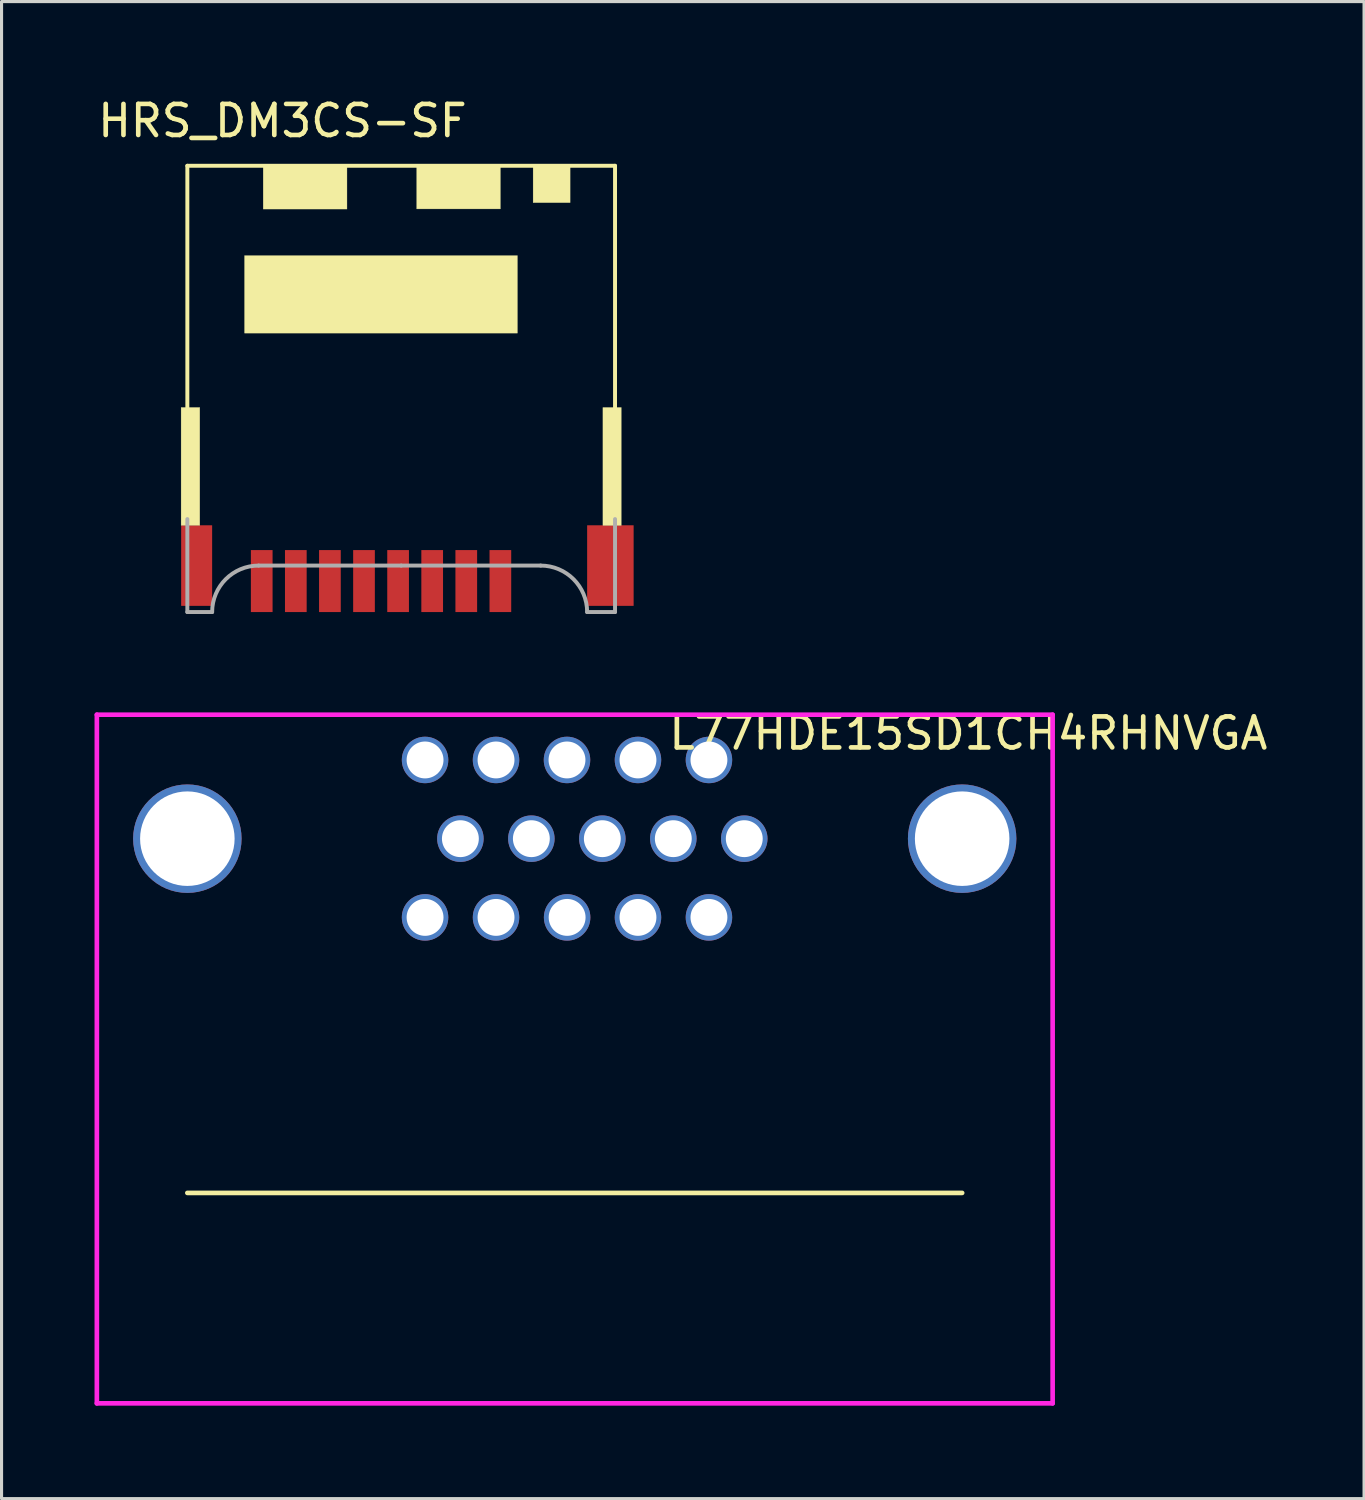
<source format=kicad_pcb>
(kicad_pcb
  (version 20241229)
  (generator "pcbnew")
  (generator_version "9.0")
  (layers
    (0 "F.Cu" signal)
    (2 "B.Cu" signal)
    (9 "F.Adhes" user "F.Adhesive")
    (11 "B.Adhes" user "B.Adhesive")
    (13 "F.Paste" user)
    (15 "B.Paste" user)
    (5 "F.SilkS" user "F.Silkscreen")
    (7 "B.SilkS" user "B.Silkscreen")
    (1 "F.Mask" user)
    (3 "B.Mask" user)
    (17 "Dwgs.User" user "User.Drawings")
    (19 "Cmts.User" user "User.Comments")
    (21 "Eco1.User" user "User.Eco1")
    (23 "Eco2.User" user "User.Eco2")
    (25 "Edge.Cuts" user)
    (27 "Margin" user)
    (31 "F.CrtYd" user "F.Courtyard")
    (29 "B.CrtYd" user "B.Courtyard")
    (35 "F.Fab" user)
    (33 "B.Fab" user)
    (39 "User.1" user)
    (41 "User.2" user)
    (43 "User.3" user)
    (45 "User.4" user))
  (footprint "HRS_DM3CS-SF"
    (layer "F.Cu")
    (at 9.895 9.499)
    (property "Reference" "HRS_DM3CS-SF" (at -3.832 -8.65 0) (layer "F.SilkS") (effects (font (size 1.002 1.002) (thickness 0.15))))
    (attr smd)
    (fp_line (start -6.9 -7.2) (end 6.9 -7.2) (stroke (width 0.127) (type solid)) (layer "F.SilkS"))
    (fp_line (start -6.9 4.2) (end -6.9 -7.2) (stroke (width 0.127) (type solid)) (layer "F.SilkS"))
    (fp_line (start 6.9 -7.2) (end 6.9 4.2) (stroke (width 0.127) (type solid)) (layer "F.SilkS"))
    (fp_poly (pts (xy -7.101 0.6) (xy -6.5 0.6) (xy -6.5 4.4) (xy -7.101 4.4)) (stroke (width 0.01) (type solid)) (fill yes) (layer "F.SilkS"))
    (fp_poly (pts (xy -5.054 -4.3) (xy 3.75 -4.3) (xy 3.75 -1.801) (xy -5.054 -1.801)) (stroke (width 0.01) (type solid)) (fill yes) (layer "F.SilkS"))
    (fp_poly (pts (xy -4.452 -7.2) (xy -1.75 -7.2) (xy -1.75 -5.803) (xy -4.452 -5.803)) (stroke (width 0.01) (type solid)) (fill yes) (layer "F.SilkS"))
    (fp_poly (pts (xy 0.501 -7.2) (xy 3.2 -7.2) (xy 3.2 -5.809) (xy 0.501 -5.809)) (stroke (width 0.01) (type solid)) (fill yes) (layer "F.SilkS"))
    (fp_poly (pts (xy 4.257 -7.2) (xy 5.45 -7.2) (xy 5.45 -6.011) (xy 4.257 -6.011)) (stroke (width 0.01) (type solid)) (fill yes) (layer "F.SilkS"))
    (fp_poly (pts (xy 6.509 0.6) (xy 7.1 0.6) (xy 7.1 4.406) (xy 6.509 4.406)) (stroke (width 0.01) (type solid)) (fill yes) (layer "F.SilkS"))
    (fp_line (start -6.9 7.2) (end -6.9 4.2) (stroke (width 0.127) (type solid)) (layer "F.Fab"))
    (fp_line (start -6.1 7.2) (end -6.9 7.2) (stroke (width 0.127) (type solid)) (layer "F.Fab"))
    (fp_line (start 0 5.7) (end -4.6 5.7) (stroke (width 0.127) (type solid)) (layer "F.Fab"))
    (fp_line (start 4.5 5.7) (end 0 5.7) (stroke (width 0.127) (type solid)) (layer "F.Fab"))
    (fp_line (start 6.9 4.2) (end 6.9 7.2) (stroke (width 0.127) (type solid)) (layer "F.Fab"))
    (fp_line (start 6.9 7.2) (end 6 7.2) (stroke (width 0.127) (type solid)) (layer "F.Fab"))
    (fp_arc (start -6.1 7.2) (mid -5.66066 6.13934) (end -4.6 5.7) (stroke (width 0.127) (type solid)) (layer "F.Fab"))
    (fp_arc (start 4.5 5.7) (mid 5.56066 6.13934) (end 6 7.2) (stroke (width 0.127) (type solid)) (layer "F.Fab"))
    (pad "1" smd rect (at 3.2 6.2) (size 0.7 2) (layers "F.Cu" "F.Mask" "F.Paste"))
    (pad "2" smd rect (at 2.1 6.2) (size 0.7 2) (layers "F.Cu" "F.Mask" "F.Paste"))
    (pad "3" smd rect (at 1 6.2) (size 0.7 2) (layers "F.Cu" "F.Mask" "F.Paste"))
    (pad "4" smd rect (at -0.1 6.2) (size 0.7 2) (layers "F.Cu" "F.Mask" "F.Paste"))
    (pad "5" smd rect (at -1.2 6.2) (size 0.7 2) (layers "F.Cu" "F.Mask" "F.Paste"))
    (pad "6" smd rect (at -2.3 6.2) (size 0.7 2) (layers "F.Cu" "F.Mask" "F.Paste"))
    (pad "7" smd rect (at -3.4 6.2) (size 0.7 2) (layers "F.Cu" "F.Mask" "F.Paste"))
    (pad "8" smd rect (at -4.5 6.2) (size 0.7 2) (layers "F.Cu" "F.Mask" "F.Paste"))
    (pad "PAD" smd rect (at 6.75 5.7) (size 1.5 2.6) (layers "F.Cu" "F.Mask" "F.Paste"))
    (pad "PAD." smd rect (at -6.6 5.7) (size 1 2.6) (layers "F.Cu" "F.Mask" "F.Paste")))
  (footprint "L77HDE15SD1CH4RHNVGA"
    (layer "F.Cu")
    (at 2.995 24.011)
    (property "Reference" "L77HDE15SD1CH4RHNVGA" (at 25.2 -3.4 0) (layer "F.SilkS") (effects (font (size 1 1) (thickness 0.15))))
    (attr through_hole)
    (fp_line (start 0 11.43) (end 25 11.43) (stroke (width 0.15) (type solid)) (layer "F.SilkS"))
    (fp_line (start -2.92 -4) (end -2.92 18.22) (stroke (width 0.15) (type solid)) (layer "F.CrtYd"))
    (fp_line (start -2.92 -4) (end 27.92 -4) (stroke (width 0.15) (type solid)) (layer "F.CrtYd"))
    (fp_line (start -2.92 18.22) (end 27.92 18.22) (stroke (width 0.15) (type solid)) (layer "F.CrtYd"))
    (fp_line (start 27.92 -4) (end 27.92 18.22) (stroke (width 0.15) (type solid)) (layer "F.CrtYd"))
    (pad "0" thru_hole circle (at 0 0) (size 3.5 3.5) (drill 3.05) (layers "*.Cu" "*.Mask"))
    (pad "0" thru_hole circle (at 25 0) (size 3.5 3.5) (drill 3.05) (layers "*.Cu" "*.Mask"))
    (pad "1" thru_hole circle (at 16.83 -2.54) (size 1.5 1.5) (drill 1.19) (layers "*.Cu" "*.Mask"))
    (pad "2" thru_hole circle (at 14.54 -2.54) (size 1.5 1.5) (drill 1.19) (layers "*.Cu" "*.Mask"))
    (pad "3" thru_hole circle (at 12.25 -2.54) (size 1.5 1.5) (drill 1.19) (layers "*.Cu" "*.Mask"))
    (pad "4" thru_hole circle (at 9.96 -2.54) (size 1.5 1.5) (drill 1.19) (layers "*.Cu" "*.Mask"))
    (pad "5" thru_hole circle (at 7.67 -2.54) (size 1.5 1.5) (drill 1.19) (layers "*.Cu" "*.Mask"))
    (pad "6" thru_hole circle (at 17.97 0) (size 1.5 1.5) (drill 1.19) (layers "*.Cu" "*.Mask"))
    (pad "7" thru_hole circle (at 15.68 0) (size 1.5 1.5) (drill 1.19) (layers "*.Cu" "*.Mask"))
    (pad "8" thru_hole circle (at 13.39 0) (size 1.5 1.5) (drill 1.19) (layers "*.Cu" "*.Mask"))
    (pad "9" thru_hole circle (at 11.1 0) (size 1.5 1.5) (drill 1.19) (layers "*.Cu" "*.Mask"))
    (pad "10" thru_hole circle (at 8.81 0) (size 1.5 1.5) (drill 1.19) (layers "*.Cu" "*.Mask"))
    (pad "11" thru_hole circle (at 16.83 2.54) (size 1.5 1.5) (drill 1.19) (layers "*.Cu" "*.Mask"))
    (pad "12" thru_hole circle (at 14.54 2.54) (size 1.5 1.5) (drill 1.19) (layers "*.Cu" "*.Mask"))
    (pad "13" thru_hole circle (at 12.254 2.54) (size 1.5 1.5) (drill 1.19) (layers "*.Cu" "*.Mask"))
    (pad "14" thru_hole circle (at 9.96 2.54) (size 1.5 1.5) (drill 1.19) (layers "*.Cu" "*.Mask"))
    (pad "15" thru_hole circle (at 7.67 2.54) (size 1.5 1.5) (drill 1.19) (layers "*.Cu" "*.Mask")))
  (gr_rect
    (start -3 -3)
    (end 40.963 45.306)
    (stroke (width 0.1) (type default))
    (fill no)
    (layer "Edge.Cuts")))
</source>
